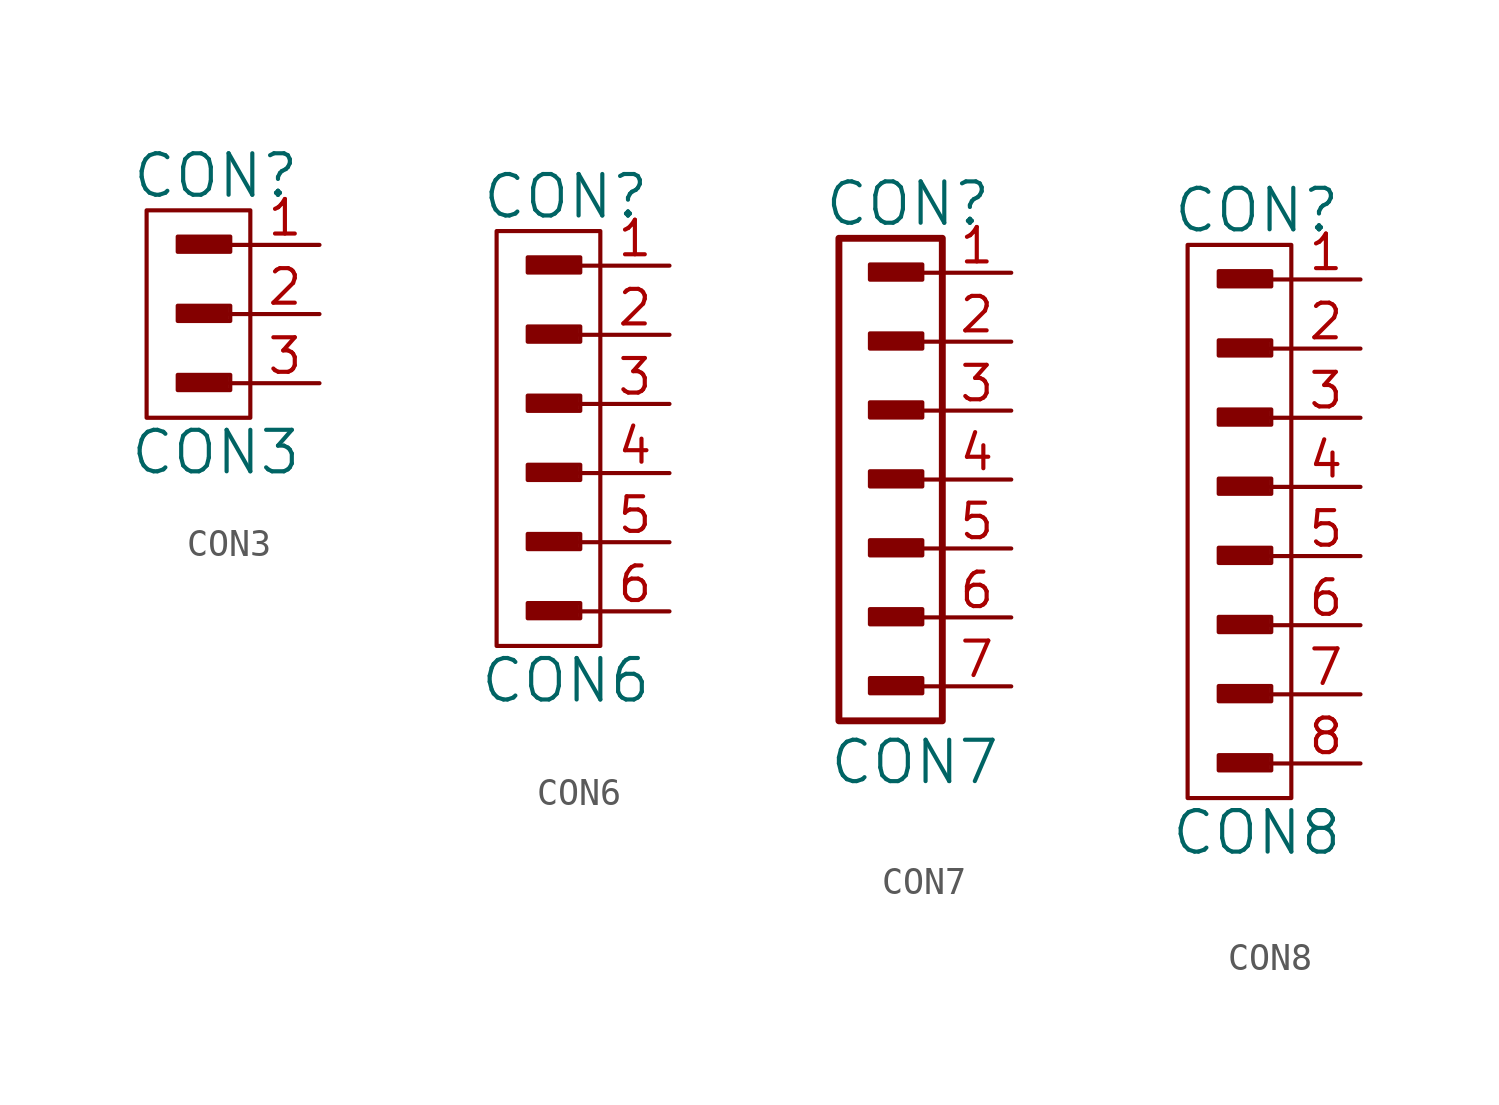
<source format=kicad_sym>
(kicad_symbol_lib
  (version 20211014)
  (generator kicad_symbol_editor)
  (symbol "CON3"
    (pin_names
      (offset 1.016))
    (property "Reference" "CON"
      (at -1.27 5.08 0)
      (effects (font (size 1.524 1.524))))
    (property "Value" "CON3"
      (at -1.27 -5.08 0)
      (effects (font (size 1.524 1.524))))
    (property "Footprint" ""
      (at -1.905 1.27 0)
      (effects (font (size 1.524 1.524))))
    (property "Datasheet" ""
      (at -1.905 1.27 0)
      (effects (font (size 1.524 1.524))))
    (symbol "CON3_0_0"
      (rectangle (start -2.642 -2.692) (end -0.864 -2.337) (stroke (width 0) (type default) (color 0 0 0 0)) (fill (type none)))
      (rectangle (start -2.642 -0.152) (end -0.864 0.203) (stroke (width 0) (type default) (color 0 0 0 0)) (fill (type none)))
      (rectangle (start -2.616 -2.591) (end -0.965 -2.489) (stroke (width 0) (type default) (color 0 0 0 0)) (fill (type none)))
      (rectangle (start -2.616 -0.051) (end -0.965 0.051) (stroke (width 0) (type default) (color 0 0 0 0)) (fill (type none)))
      (rectangle (start -2.616 2.388) (end -0.838 2.743) (stroke (width 0) (type default) (color 0 0 0 0)) (fill (type none)))
      (rectangle (start -2.591 2.515) (end -0.94 2.616) (stroke (width 0) (type default) (color 0 0 0 0)) (fill (type none)))
      (rectangle (start -0.965 -2.413) (end -2.642 -2.616) (stroke (width 0) (type default) (color 0 0 0 0)) (fill (type none)))
      (rectangle (start -0.965 0.127) (end -2.642 -0.076) (stroke (width 0) (type default) (color 0 0 0 0)) (fill (type none)))
      (rectangle (start -0.864 2.642) (end -2.54 2.438) (stroke (width 0) (type default) (color 0 0 0 0)) (fill (type none)))
      (rectangle (start -0.737 -2.235) (end -2.667 -2.794) (stroke (width 0) (type default) (color 0 0 0 0)) (fill (type none)))
      (rectangle (start -0.737 0.305) (end -2.667 -0.254) (stroke (width 0) (type default) (color 0 0 0 0)) (fill (type none)))
      (rectangle (start -0.737 2.845) (end -2.667 2.286) (stroke (width 0) (type default) (color 0 0 0 0)) (fill (type none)))
      (polyline (pts (xy 0 -2.54) (xy -0.762 -2.54)) (stroke (width 0) (type default) (color 0 0 0 0)) (fill (type none)))
      (polyline (pts (xy 0 0) (xy -0.762 0)) (stroke (width 0) (type default) (color 0 0 0 0)) (fill (type none)))
      (polyline (pts (xy 0 2.54) (xy -0.762 2.54)) (stroke (width 0) (type default) (color 0 0 0 0)) (fill (type none))))
    (symbol "CON3_0_1"
      (rectangle (start -3.81 3.81) (end 0 -3.81) (stroke (width 0) (type default) (color 0 0 0 0)) (fill (type none))))
    (symbol "CON3_1_1"
      (pin passive line (at 2.54 2.54 180) (length 2.54) (name "~" (effects (font (size 1.27 1.27)))) (number "1" (effects (font (size 1.27 1.27)))))
      (pin passive line (at 2.54 0 180) (length 2.54) (name "~" (effects (font (size 1.27 1.27)))) (number "2" (effects (font (size 1.27 1.27)))))
      (pin passive line (at 2.54 -2.54 180) (length 2.54) (name "~" (effects (font (size 1.27 1.27)))) (number "3" (effects (font (size 1.27 1.27)))))))
  (symbol "CON6"
    (pin_names
      (offset 1.016))
    (property "Reference" "CON"
      (at -1.27 7.62 0)
      (effects (font (size 1.524 1.524))))
    (property "Value" "CON6"
      (at -1.27 -10.16 0)
      (effects (font (size 1.524 1.524))))
    (property "Footprint" ""
      (at -1.905 3.81 0)
      (effects (font (size 1.524 1.524))))
    (property "Datasheet" ""
      (at -1.905 3.81 0)
      (effects (font (size 1.524 1.524))))
    (symbol "CON6_0_0"
      (rectangle (start -2.642 -7.772) (end -0.864 -7.417) (stroke (width 0) (type default) (color 0 0 0 0)) (fill (type none)))
      (rectangle (start -2.642 -5.232) (end -0.864 -4.877) (stroke (width 0) (type default) (color 0 0 0 0)) (fill (type none)))
      (rectangle (start -2.642 -2.692) (end -0.864 -2.337) (stroke (width 0) (type default) (color 0 0 0 0)) (fill (type none)))
      (rectangle (start -2.642 -0.152) (end -0.864 0.203) (stroke (width 0) (type default) (color 0 0 0 0)) (fill (type none)))
      (rectangle (start -2.642 2.388) (end -0.864 2.743) (stroke (width 0) (type default) (color 0 0 0 0)) (fill (type none)))
      (rectangle (start -2.616 -7.671) (end -0.965 -7.569) (stroke (width 0) (type default) (color 0 0 0 0)) (fill (type none)))
      (rectangle (start -2.616 -5.131) (end -0.965 -5.029) (stroke (width 0) (type default) (color 0 0 0 0)) (fill (type none)))
      (rectangle (start -2.616 -2.591) (end -0.965 -2.489) (stroke (width 0) (type default) (color 0 0 0 0)) (fill (type none)))
      (rectangle (start -2.616 -0.051) (end -0.965 0.051) (stroke (width 0) (type default) (color 0 0 0 0)) (fill (type none)))
      (rectangle (start -2.616 2.489) (end -0.965 2.591) (stroke (width 0) (type default) (color 0 0 0 0)) (fill (type none)))
      (rectangle (start -2.616 4.928) (end -0.838 5.283) (stroke (width 0) (type default) (color 0 0 0 0)) (fill (type none)))
      (rectangle (start -2.591 5.055) (end -0.94 5.156) (stroke (width 0) (type default) (color 0 0 0 0)) (fill (type none)))
      (rectangle (start -0.965 -7.493) (end -2.642 -7.696) (stroke (width 0) (type default) (color 0 0 0 0)) (fill (type none)))
      (rectangle (start -0.965 -4.953) (end -2.642 -5.156) (stroke (width 0) (type default) (color 0 0 0 0)) (fill (type none)))
      (rectangle (start -0.965 -2.413) (end -2.642 -2.616) (stroke (width 0) (type default) (color 0 0 0 0)) (fill (type none)))
      (rectangle (start -0.965 0.127) (end -2.642 -0.076) (stroke (width 0) (type default) (color 0 0 0 0)) (fill (type none)))
      (rectangle (start -0.965 2.667) (end -2.642 2.464) (stroke (width 0) (type default) (color 0 0 0 0)) (fill (type none)))
      (rectangle (start -0.864 5.182) (end -2.54 4.978) (stroke (width 0) (type default) (color 0 0 0 0)) (fill (type none)))
      (rectangle (start -0.737 -7.315) (end -2.667 -7.874) (stroke (width 0) (type default) (color 0 0 0 0)) (fill (type none)))
      (rectangle (start -0.737 -4.775) (end -2.667 -5.334) (stroke (width 0) (type default) (color 0 0 0 0)) (fill (type none)))
      (rectangle (start -0.737 -2.235) (end -2.667 -2.794) (stroke (width 0) (type default) (color 0 0 0 0)) (fill (type none)))
      (rectangle (start -0.737 0.305) (end -2.667 -0.254) (stroke (width 0) (type default) (color 0 0 0 0)) (fill (type none)))
      (rectangle (start -0.737 2.845) (end -2.667 2.286) (stroke (width 0) (type default) (color 0 0 0 0)) (fill (type none)))
      (rectangle (start -0.737 5.385) (end -2.667 4.826) (stroke (width 0) (type default) (color 0 0 0 0)) (fill (type none)))
      (polyline (pts (xy 0 -7.62) (xy -0.762 -7.62)) (stroke (width 0) (type default) (color 0 0 0 0)) (fill (type none)))
      (polyline (pts (xy 0 -5.08) (xy -0.762 -5.08)) (stroke (width 0) (type default) (color 0 0 0 0)) (fill (type none)))
      (polyline (pts (xy 0 -2.54) (xy -0.762 -2.54)) (stroke (width 0) (type default) (color 0 0 0 0)) (fill (type none)))
      (polyline (pts (xy 0 0) (xy -0.762 0)) (stroke (width 0) (type default) (color 0 0 0 0)) (fill (type none)))
      (polyline (pts (xy 0 2.54) (xy -0.762 2.54)) (stroke (width 0) (type default) (color 0 0 0 0)) (fill (type none)))
      (polyline (pts (xy 0 5.08) (xy -0.762 5.08)) (stroke (width 0) (type default) (color 0 0 0 0)) (fill (type none))))
    (symbol "CON6_0_1"
      (rectangle (start -3.81 6.35) (end 0 -8.89) (stroke (width 0) (type default) (color 0 0 0 0)) (fill (type none))))
    (symbol "CON6_1_1"
      (pin passive line (at 2.54 5.08 180) (length 2.54) (name "~" (effects (font (size 1.27 1.27)))) (number "1" (effects (font (size 1.27 1.27)))))
      (pin passive line (at 2.54 2.54 180) (length 2.54) (name "~" (effects (font (size 1.27 1.27)))) (number "2" (effects (font (size 1.27 1.27)))))
      (pin passive line (at 2.54 0 180) (length 2.54) (name "~" (effects (font (size 1.27 1.27)))) (number "3" (effects (font (size 1.27 1.27)))))
      (pin passive line (at 2.54 -2.54 180) (length 2.54) (name "~" (effects (font (size 1.27 1.27)))) (number "4" (effects (font (size 1.27 1.27)))))
      (pin passive line (at 2.54 -5.08 180) (length 2.54) (name "~" (effects (font (size 1.27 1.27)))) (number "5" (effects (font (size 1.27 1.27)))))
      (pin passive line (at 2.54 -7.62 180) (length 2.54) (name "~" (effects (font (size 1.27 1.27)))) (number "6" (effects (font (size 1.27 1.27)))))))
  (symbol "CON7"
    (pin_names
      (offset 1.016))
    (property "Reference" "CON"
      (at -1.27 10.16 0)
      (effects (font (size 1.524 1.524))))
    (property "Value" "CON7"
      (at -1.016 -10.414 0)
      (effects (font (size 1.524 1.524))))
    (property "Footprint" ""
      (at -1.905 6.35 0)
      (effects (font (size 1.524 1.524))))
    (property "Datasheet" ""
      (at -1.905 6.35 0)
      (effects (font (size 1.524 1.524))))
    (symbol "CON7_0_0"
      (rectangle (start -2.642 -7.772) (end -0.864 -7.417) (stroke (width 0) (type default) (color 0 0 0 0)) (fill (type none)))
      (rectangle (start -2.642 -5.232) (end -0.864 -4.877) (stroke (width 0) (type default) (color 0 0 0 0)) (fill (type none)))
      (rectangle (start -2.642 -2.692) (end -0.864 -2.337) (stroke (width 0) (type default) (color 0 0 0 0)) (fill (type none)))
      (rectangle (start -2.642 -0.152) (end -0.864 0.203) (stroke (width 0) (type default) (color 0 0 0 0)) (fill (type none)))
      (rectangle (start -2.642 2.388) (end -0.864 2.743) (stroke (width 0) (type default) (color 0 0 0 0)) (fill (type none)))
      (rectangle (start -2.642 4.928) (end -0.864 5.283) (stroke (width 0) (type default) (color 0 0 0 0)) (fill (type none)))
      (rectangle (start -2.616 -7.671) (end -0.965 -7.569) (stroke (width 0) (type default) (color 0 0 0 0)) (fill (type none)))
      (rectangle (start -2.616 -5.131) (end -0.965 -5.029) (stroke (width 0) (type default) (color 0 0 0 0)) (fill (type none)))
      (rectangle (start -2.616 -2.591) (end -0.965 -2.489) (stroke (width 0) (type default) (color 0 0 0 0)) (fill (type none)))
      (rectangle (start -2.616 -0.051) (end -0.965 0.051) (stroke (width 0) (type default) (color 0 0 0 0)) (fill (type none)))
      (rectangle (start -2.616 2.489) (end -0.965 2.591) (stroke (width 0) (type default) (color 0 0 0 0)) (fill (type none)))
      (rectangle (start -2.616 5.029) (end -0.965 5.131) (stroke (width 0) (type default) (color 0 0 0 0)) (fill (type none)))
      (rectangle (start -2.616 7.468) (end -0.838 7.823) (stroke (width 0) (type default) (color 0 0 0 0)) (fill (type none)))
      (rectangle (start -2.591 7.595) (end -0.94 7.696) (stroke (width 0) (type default) (color 0 0 0 0)) (fill (type none)))
      (rectangle (start -0.965 -7.493) (end -2.642 -7.696) (stroke (width 0) (type default) (color 0 0 0 0)) (fill (type none)))
      (rectangle (start -0.965 -4.953) (end -2.642 -5.156) (stroke (width 0) (type default) (color 0 0 0 0)) (fill (type none)))
      (rectangle (start -0.965 -2.413) (end -2.642 -2.616) (stroke (width 0) (type default) (color 0 0 0 0)) (fill (type none)))
      (rectangle (start -0.965 0.127) (end -2.642 -0.076) (stroke (width 0) (type default) (color 0 0 0 0)) (fill (type none)))
      (rectangle (start -0.965 2.667) (end -2.642 2.464) (stroke (width 0) (type default) (color 0 0 0 0)) (fill (type none)))
      (rectangle (start -0.965 5.207) (end -2.642 5.004) (stroke (width 0) (type default) (color 0 0 0 0)) (fill (type none)))
      (rectangle (start -0.864 7.722) (end -2.54 7.518) (stroke (width 0) (type default) (color 0 0 0 0)) (fill (type none)))
      (rectangle (start -0.737 -7.315) (end -2.667 -7.874) (stroke (width 0) (type default) (color 0 0 0 0)) (fill (type none)))
      (rectangle (start -0.737 -4.775) (end -2.667 -5.334) (stroke (width 0) (type default) (color 0 0 0 0)) (fill (type none)))
      (rectangle (start -0.737 -2.235) (end -2.667 -2.794) (stroke (width 0) (type default) (color 0 0 0 0)) (fill (type none)))
      (rectangle (start -0.737 0.305) (end -2.667 -0.254) (stroke (width 0) (type default) (color 0 0 0 0)) (fill (type none)))
      (rectangle (start -0.737 2.845) (end -2.667 2.286) (stroke (width 0) (type default) (color 0 0 0 0)) (fill (type none)))
      (rectangle (start -0.737 5.385) (end -2.667 4.826) (stroke (width 0) (type default) (color 0 0 0 0)) (fill (type none)))
      (rectangle (start -0.737 7.925) (end -2.667 7.366) (stroke (width 0) (type default) (color 0 0 0 0)) (fill (type none)))
      (polyline (pts (xy 0 -7.62) (xy -0.762 -7.62)) (stroke (width 0) (type default) (color 0 0 0 0)) (fill (type none)))
      (polyline (pts (xy 0 -5.08) (xy -0.762 -5.08)) (stroke (width 0) (type default) (color 0 0 0 0)) (fill (type none)))
      (polyline (pts (xy 0 -2.54) (xy -0.762 -2.54)) (stroke (width 0) (type default) (color 0 0 0 0)) (fill (type none)))
      (polyline (pts (xy 0 0) (xy -0.762 0)) (stroke (width 0) (type default) (color 0 0 0 0)) (fill (type none)))
      (polyline (pts (xy 0 2.54) (xy -0.762 2.54)) (stroke (width 0) (type default) (color 0 0 0 0)) (fill (type none)))
      (polyline (pts (xy 0 5.08) (xy -0.762 5.08)) (stroke (width 0) (type default) (color 0 0 0 0)) (fill (type none)))
      (polyline (pts (xy 0 7.62) (xy -0.762 7.62)) (stroke (width 0) (type default) (color 0 0 0 0)) (fill (type none))))
    (symbol "CON7_0_1"
      (rectangle (start -3.81 8.89) (end 0 -8.89) (stroke (width 0.254) (type default) (color 0 0 0 0)) (fill (type none))))
    (symbol "CON7_1_1"
      (pin passive line (at 2.54 7.62 180) (length 2.54) (name "~" (effects (font (size 1.27 1.27)))) (number "1" (effects (font (size 1.27 1.27)))))
      (pin passive line (at 2.54 5.08 180) (length 2.54) (name "~" (effects (font (size 1.27 1.27)))) (number "2" (effects (font (size 1.27 1.27)))))
      (pin passive line (at 2.54 2.54 180) (length 2.54) (name "~" (effects (font (size 1.27 1.27)))) (number "3" (effects (font (size 1.27 1.27)))))
      (pin passive line (at 2.54 0 180) (length 2.54) (name "~" (effects (font (size 1.27 1.27)))) (number "4" (effects (font (size 1.27 1.27)))))
      (pin passive line (at 2.54 -2.54 180) (length 2.54) (name "~" (effects (font (size 1.27 1.27)))) (number "5" (effects (font (size 1.27 1.27)))))
      (pin passive line (at 2.54 -5.08 180) (length 2.54) (name "~" (effects (font (size 1.27 1.27)))) (number "6" (effects (font (size 1.27 1.27)))))
      (pin passive line (at 2.54 -7.62 180) (length 2.54) (name "~" (effects (font (size 1.27 1.27)))) (number "7" (effects (font (size 1.27 1.27)))))))
  (symbol "CON8"
    (pin_names
      (offset 1.016))
    (property "Reference" "CON"
      (at -1.27 10.16 0)
      (effects (font (size 1.524 1.524))))
    (property "Value" "CON8"
      (at -1.27 -12.7 0)
      (effects (font (size 1.524 1.524))))
    (property "Footprint" ""
      (at -1.905 6.35 0)
      (effects (font (size 1.524 1.524))))
    (property "Datasheet" ""
      (at -1.905 6.35 0)
      (effects (font (size 1.524 1.524))))
    (symbol "CON8_0_0"
      (rectangle (start -2.642 -10.312) (end -0.864 -9.957) (stroke (width 0) (type default) (color 0 0 0 0)) (fill (type none)))
      (rectangle (start -2.642 -7.772) (end -0.864 -7.417) (stroke (width 0) (type default) (color 0 0 0 0)) (fill (type none)))
      (rectangle (start -2.642 -5.232) (end -0.864 -4.877) (stroke (width 0) (type default) (color 0 0 0 0)) (fill (type none)))
      (rectangle (start -2.642 -2.692) (end -0.864 -2.337) (stroke (width 0) (type default) (color 0 0 0 0)) (fill (type none)))
      (rectangle (start -2.642 -0.152) (end -0.864 0.203) (stroke (width 0) (type default) (color 0 0 0 0)) (fill (type none)))
      (rectangle (start -2.642 2.388) (end -0.864 2.743) (stroke (width 0) (type default) (color 0 0 0 0)) (fill (type none)))
      (rectangle (start -2.642 4.928) (end -0.864 5.283) (stroke (width 0) (type default) (color 0 0 0 0)) (fill (type none)))
      (rectangle (start -2.616 -10.211) (end -0.965 -10.109) (stroke (width 0) (type default) (color 0 0 0 0)) (fill (type none)))
      (rectangle (start -2.616 -7.671) (end -0.965 -7.569) (stroke (width 0) (type default) (color 0 0 0 0)) (fill (type none)))
      (rectangle (start -2.616 -5.131) (end -0.965 -5.029) (stroke (width 0) (type default) (color 0 0 0 0)) (fill (type none)))
      (rectangle (start -2.616 -2.591) (end -0.965 -2.489) (stroke (width 0) (type default) (color 0 0 0 0)) (fill (type none)))
      (rectangle (start -2.616 -0.051) (end -0.965 0.051) (stroke (width 0) (type default) (color 0 0 0 0)) (fill (type none)))
      (rectangle (start -2.616 2.489) (end -0.965 2.591) (stroke (width 0) (type default) (color 0 0 0 0)) (fill (type none)))
      (rectangle (start -2.616 5.029) (end -0.965 5.131) (stroke (width 0) (type default) (color 0 0 0 0)) (fill (type none)))
      (rectangle (start -2.616 7.468) (end -0.838 7.823) (stroke (width 0) (type default) (color 0 0 0 0)) (fill (type none)))
      (rectangle (start -2.591 7.595) (end -0.94 7.696) (stroke (width 0) (type default) (color 0 0 0 0)) (fill (type none)))
      (rectangle (start -0.965 -10.033) (end -2.642 -10.236) (stroke (width 0) (type default) (color 0 0 0 0)) (fill (type none)))
      (rectangle (start -0.965 -7.493) (end -2.642 -7.696) (stroke (width 0) (type default) (color 0 0 0 0)) (fill (type none)))
      (rectangle (start -0.965 -4.953) (end -2.642 -5.156) (stroke (width 0) (type default) (color 0 0 0 0)) (fill (type none)))
      (rectangle (start -0.965 -2.413) (end -2.642 -2.616) (stroke (width 0) (type default) (color 0 0 0 0)) (fill (type none)))
      (rectangle (start -0.965 0.127) (end -2.642 -0.076) (stroke (width 0) (type default) (color 0 0 0 0)) (fill (type none)))
      (rectangle (start -0.965 2.667) (end -2.642 2.464) (stroke (width 0) (type default) (color 0 0 0 0)) (fill (type none)))
      (rectangle (start -0.965 5.207) (end -2.642 5.004) (stroke (width 0) (type default) (color 0 0 0 0)) (fill (type none)))
      (rectangle (start -0.864 7.722) (end -2.54 7.518) (stroke (width 0) (type default) (color 0 0 0 0)) (fill (type none)))
      (rectangle (start -0.737 -9.855) (end -2.667 -10.414) (stroke (width 0) (type default) (color 0 0 0 0)) (fill (type none)))
      (rectangle (start -0.737 -7.315) (end -2.667 -7.874) (stroke (width 0) (type default) (color 0 0 0 0)) (fill (type none)))
      (rectangle (start -0.737 -4.775) (end -2.667 -5.334) (stroke (width 0) (type default) (color 0 0 0 0)) (fill (type none)))
      (rectangle (start -0.737 -2.235) (end -2.667 -2.794) (stroke (width 0) (type default) (color 0 0 0 0)) (fill (type none)))
      (rectangle (start -0.737 0.305) (end -2.667 -0.254) (stroke (width 0) (type default) (color 0 0 0 0)) (fill (type none)))
      (rectangle (start -0.737 2.845) (end -2.667 2.286) (stroke (width 0) (type default) (color 0 0 0 0)) (fill (type none)))
      (rectangle (start -0.737 5.385) (end -2.667 4.826) (stroke (width 0) (type default) (color 0 0 0 0)) (fill (type none)))
      (rectangle (start -0.737 7.925) (end -2.667 7.366) (stroke (width 0) (type default) (color 0 0 0 0)) (fill (type none)))
      (polyline (pts (xy 0 -10.16) (xy -0.762 -10.16)) (stroke (width 0) (type default) (color 0 0 0 0)) (fill (type none)))
      (polyline (pts (xy 0 -7.62) (xy -0.762 -7.62)) (stroke (width 0) (type default) (color 0 0 0 0)) (fill (type none)))
      (polyline (pts (xy 0 -5.08) (xy -0.762 -5.08)) (stroke (width 0) (type default) (color 0 0 0 0)) (fill (type none)))
      (polyline (pts (xy 0 -2.54) (xy -0.762 -2.54)) (stroke (width 0) (type default) (color 0 0 0 0)) (fill (type none)))
      (polyline (pts (xy 0 0) (xy -0.762 0)) (stroke (width 0) (type default) (color 0 0 0 0)) (fill (type none)))
      (polyline (pts (xy 0 2.54) (xy -0.762 2.54)) (stroke (width 0) (type default) (color 0 0 0 0)) (fill (type none)))
      (polyline (pts (xy 0 5.08) (xy -0.762 5.08)) (stroke (width 0) (type default) (color 0 0 0 0)) (fill (type none)))
      (polyline (pts (xy 0 7.62) (xy -0.762 7.62)) (stroke (width 0) (type default) (color 0 0 0 0)) (fill (type none))))
    (symbol "CON8_0_1"
      (rectangle (start -3.81 8.89) (end 0 -11.43) (stroke (width 0) (type default) (color 0 0 0 0)) (fill (type none))))
    (symbol "CON8_1_1"
      (pin passive line (at 2.54 7.62 180) (length 2.54) (name "~" (effects (font (size 1.27 1.27)))) (number "1" (effects (font (size 1.27 1.27)))))
      (pin passive line (at 2.54 5.08 180) (length 2.54) (name "~" (effects (font (size 1.27 1.27)))) (number "2" (effects (font (size 1.27 1.27)))))
      (pin passive line (at 2.54 2.54 180) (length 2.54) (name "~" (effects (font (size 1.27 1.27)))) (number "3" (effects (font (size 1.27 1.27)))))
      (pin passive line (at 2.54 0 180) (length 2.54) (name "~" (effects (font (size 1.27 1.27)))) (number "4" (effects (font (size 1.27 1.27)))))
      (pin passive line (at 2.54 -2.54 180) (length 2.54) (name "~" (effects (font (size 1.27 1.27)))) (number "5" (effects (font (size 1.27 1.27)))))
      (pin passive line (at 2.54 -5.08 180) (length 2.54) (name "~" (effects (font (size 1.27 1.27)))) (number "6" (effects (font (size 1.27 1.27)))))
      (pin passive line (at 2.54 -7.62 180) (length 2.54) (name "~" (effects (font (size 1.27 1.27)))) (number "7" (effects (font (size 1.27 1.27)))))
      (pin passive line (at 2.54 -10.16 180) (length 2.54) (name "~" (effects (font (size 1.27 1.27)))) (number "8" (effects (font (size 1.27 1.27))))))))
</source>
